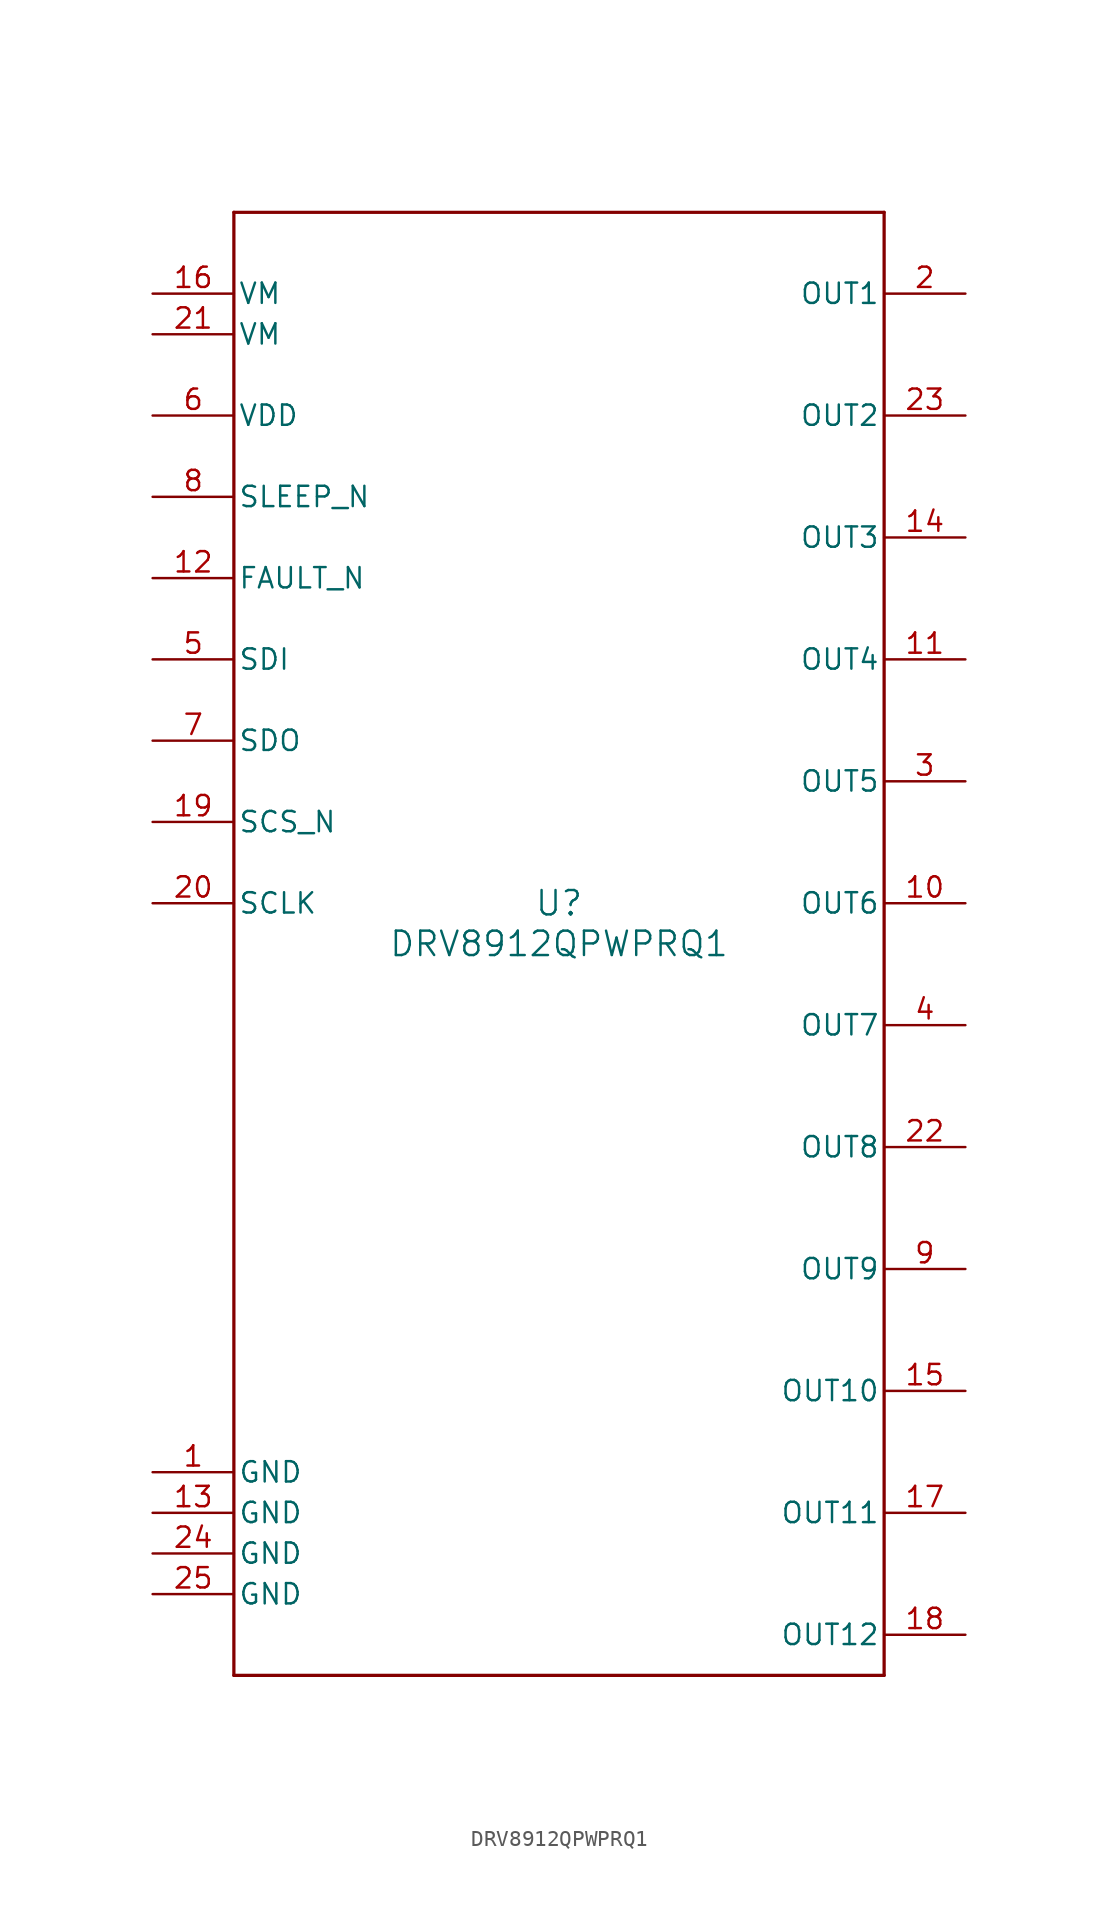
<source format=kicad_sym>
(kicad_symbol_lib
  (version 20231120)
  (generator "kicad_symbol_editor")
  (generator_version "8.0")
  (symbol "DRV8912QPWPRQ1"
    (pin_names
      (offset 0.254))
    (property "Reference" "U"
      (at 0 2.54 0)
      (effects (font (size 1.524 1.524))))
    (property "Value" "DRV8912QPWPRQ1"
      (at 0 0 0)
      (effects (font (size 1.524 1.524))))
    (symbol "DRV8912QPWPRQ1_0_1"
      (polyline (pts (xy -20.32 -45.72) (xy 20.32 -45.72)) (stroke (width 0.203) (type default)) (fill (type none)))
      (polyline (pts (xy -20.32 45.72) (xy -20.32 -45.72)) (stroke (width 0.203) (type default)) (fill (type none)))
      (polyline (pts (xy 20.32 -45.72) (xy 20.32 45.72)) (stroke (width 0.203) (type default)) (fill (type none)))
      (polyline (pts (xy 20.32 45.72) (xy -20.32 45.72)) (stroke (width 0.203) (type default)) (fill (type none)))
      (pin power_in line (at -25.4 -33.02 0) (length 5.08) (name "GND" (effects (font (size 1.27 1.27)))) (number "1" (effects (font (size 1.27 1.27)))))
      (pin output line (at 25.4 2.54 180) (length 5.08) (name "OUT6" (effects (font (size 1.27 1.27)))) (number "10" (effects (font (size 1.27 1.27)))))
      (pin output line (at 25.4 17.78 180) (length 5.08) (name "OUT4" (effects (font (size 1.27 1.27)))) (number "11" (effects (font (size 1.27 1.27)))))
      (pin open_collector line (at -25.4 22.86 0) (length 5.08) (name "FAULT_N" (effects (font (size 1.27 1.27)))) (number "12" (effects (font (size 1.27 1.27)))))
      (pin power_in line (at -25.4 -35.56 0) (length 5.08) (name "GND" (effects (font (size 1.27 1.27)))) (number "13" (effects (font (size 1.27 1.27)))))
      (pin output line (at 25.4 25.4 180) (length 5.08) (name "OUT3" (effects (font (size 1.27 1.27)))) (number "14" (effects (font (size 1.27 1.27)))))
      (pin output line (at 25.4 -27.94 180) (length 5.08) (name "OUT10" (effects (font (size 1.27 1.27)))) (number "15" (effects (font (size 1.27 1.27)))))
      (pin power_in line (at -25.4 40.64 0) (length 5.08) (name "VM" (effects (font (size 1.27 1.27)))) (number "16" (effects (font (size 1.27 1.27)))))
      (pin output line (at 25.4 -35.56 180) (length 5.08) (name "OUT11" (effects (font (size 1.27 1.27)))) (number "17" (effects (font (size 1.27 1.27)))))
      (pin output line (at 25.4 -43.18 180) (length 5.08) (name "OUT12" (effects (font (size 1.27 1.27)))) (number "18" (effects (font (size 1.27 1.27)))))
      (pin input line (at -25.4 7.62 0) (length 5.08) (name "SCS_N" (effects (font (size 1.27 1.27)))) (number "19" (effects (font (size 1.27 1.27)))))
      (pin output line (at 25.4 40.64 180) (length 5.08) (name "OUT1" (effects (font (size 1.27 1.27)))) (number "2" (effects (font (size 1.27 1.27)))))
      (pin input line (at -25.4 2.54 0) (length 5.08) (name "SCLK" (effects (font (size 1.27 1.27)))) (number "20" (effects (font (size 1.27 1.27)))))
      (pin power_in line (at -25.4 38.1 0) (length 5.08) (name "VM" (effects (font (size 1.27 1.27)))) (number "21" (effects (font (size 1.27 1.27)))))
      (pin output line (at 25.4 -12.7 180) (length 5.08) (name "OUT8" (effects (font (size 1.27 1.27)))) (number "22" (effects (font (size 1.27 1.27)))))
      (pin output line (at 25.4 33.02 180) (length 5.08) (name "OUT2" (effects (font (size 1.27 1.27)))) (number "23" (effects (font (size 1.27 1.27)))))
      (pin power_in line (at -25.4 -38.1 0) (length 5.08) (name "GND" (effects (font (size 1.27 1.27)))) (number "24" (effects (font (size 1.27 1.27)))))
      (pin power_in line (at -25.4 -40.64 0) (length 5.08) (name "GND" (effects (font (size 1.27 1.27)))) (number "25" (effects (font (size 1.27 1.27)))))
      (pin output line (at 25.4 10.16 180) (length 5.08) (name "OUT5" (effects (font (size 1.27 1.27)))) (number "3" (effects (font (size 1.27 1.27)))))
      (pin output line (at 25.4 -5.08 180) (length 5.08) (name "OUT7" (effects (font (size 1.27 1.27)))) (number "4" (effects (font (size 1.27 1.27)))))
      (pin input line (at -25.4 17.78 0) (length 5.08) (name "SDI" (effects (font (size 1.27 1.27)))) (number "5" (effects (font (size 1.27 1.27)))))
      (pin power_in line (at -25.4 33.02 0) (length 5.08) (name "VDD" (effects (font (size 1.27 1.27)))) (number "6" (effects (font (size 1.27 1.27)))))
      (pin open_collector line (at -25.4 12.7 0) (length 5.08) (name "SDO" (effects (font (size 1.27 1.27)))) (number "7" (effects (font (size 1.27 1.27)))))
      (pin input line (at -25.4 27.94 0) (length 5.08) (name "SLEEP_N" (effects (font (size 1.27 1.27)))) (number "8" (effects (font (size 1.27 1.27)))))
      (pin output line (at 25.4 -20.32 180) (length 5.08) (name "OUT9" (effects (font (size 1.27 1.27)))) (number "9" (effects (font (size 1.27 1.27))))))))
</source>
